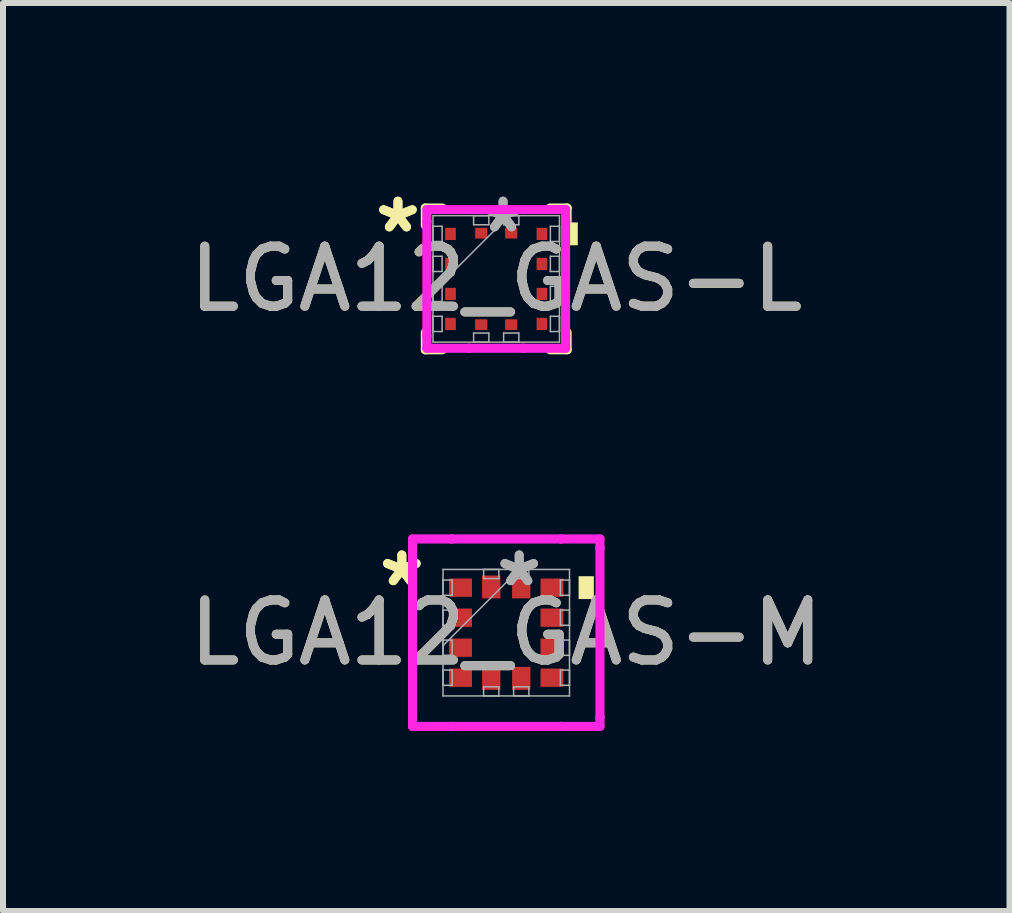
<source format=kicad_pcb>
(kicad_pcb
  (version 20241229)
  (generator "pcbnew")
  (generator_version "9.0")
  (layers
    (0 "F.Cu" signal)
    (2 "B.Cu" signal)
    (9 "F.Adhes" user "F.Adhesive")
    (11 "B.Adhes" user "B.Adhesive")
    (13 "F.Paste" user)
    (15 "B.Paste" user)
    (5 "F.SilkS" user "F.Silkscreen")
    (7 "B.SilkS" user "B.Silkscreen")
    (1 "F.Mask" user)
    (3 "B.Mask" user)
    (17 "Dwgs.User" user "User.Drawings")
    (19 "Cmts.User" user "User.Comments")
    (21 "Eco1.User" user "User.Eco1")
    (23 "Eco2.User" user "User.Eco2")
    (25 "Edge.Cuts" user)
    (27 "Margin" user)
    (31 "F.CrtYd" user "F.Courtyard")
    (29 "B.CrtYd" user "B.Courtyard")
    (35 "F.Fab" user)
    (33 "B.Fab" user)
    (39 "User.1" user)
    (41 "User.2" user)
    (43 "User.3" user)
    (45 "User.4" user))
  (footprint "LGA12_GAS-L"
    (layer "F.Cu")
    (at 5.22 1.598)
    (property "Reference" "LGA12_GAS-L" (at 0 0 0) (unlocked yes) (layer "F.SilkS") (effects (font (size 1 1) (thickness 0.15))))
    (attr smd)
    (fp_line (start -1.181 -1.181) (end -1.181 -0.893) (stroke (width 0.152) (type solid)) (layer "F.SilkS"))
    (fp_line (start -1.181 0.893) (end -1.181 1.181) (stroke (width 0.152) (type solid)) (layer "F.SilkS"))
    (fp_line (start -1.181 1.181) (end -0.897 1.181) (stroke (width 0.152) (type solid)) (layer "F.SilkS"))
    (fp_line (start -0.897 -1.181) (end -1.181 -1.181) (stroke (width 0.152) (type solid)) (layer "F.SilkS"))
    (fp_line (start 0.897 1.181) (end 1.181 1.181) (stroke (width 0.152) (type solid)) (layer "F.SilkS"))
    (fp_line (start 1.181 -1.181) (end 0.897 -1.181) (stroke (width 0.152) (type solid)) (layer "F.SilkS"))
    (fp_line (start 1.181 -0.893) (end 1.181 -1.181) (stroke (width 0.152) (type solid)) (layer "F.SilkS"))
    (fp_line (start 1.181 1.181) (end 1.181 0.893) (stroke (width 0.152) (type solid)) (layer "F.SilkS"))
    (fp_poly (pts (xy 1.359 -0.941) (xy 1.359 -0.56) (xy 1.105 -0.56) (xy 1.105 -0.941)) (stroke (width 0) (type solid)) (fill yes) (layer "F.SilkS"))
    (fp_line (start -1.156 -1.156) (end -0.453 -1.156) (stroke (width 0.152) (type solid)) (layer "F.CrtYd"))
    (fp_line (start -1.156 -0.953) (end -1.156 -1.156) (stroke (width 0.152) (type solid)) (layer "F.CrtYd"))
    (fp_line (start -1.156 -0.953) (end -1.156 -0.953) (stroke (width 0.152) (type solid)) (layer "F.CrtYd"))
    (fp_line (start -1.156 0.953) (end -1.156 -0.953) (stroke (width 0.152) (type solid)) (layer "F.CrtYd"))
    (fp_line (start -1.156 0.953) (end -1.156 0.953) (stroke (width 0.152) (type solid)) (layer "F.CrtYd"))
    (fp_line (start -1.156 1.156) (end -1.156 0.953) (stroke (width 0.152) (type solid)) (layer "F.CrtYd"))
    (fp_line (start -0.453 -1.156) (end -0.453 -1.156) (stroke (width 0.152) (type solid)) (layer "F.CrtYd"))
    (fp_line (start -0.453 -1.156) (end 0.453 -1.156) (stroke (width 0.152) (type solid)) (layer "F.CrtYd"))
    (fp_line (start -0.453 1.156) (end -1.156 1.156) (stroke (width 0.152) (type solid)) (layer "F.CrtYd"))
    (fp_line (start -0.453 1.156) (end -0.453 1.156) (stroke (width 0.152) (type solid)) (layer "F.CrtYd"))
    (fp_line (start 0.453 -1.156) (end 0.453 -1.156) (stroke (width 0.152) (type solid)) (layer "F.CrtYd"))
    (fp_line (start 0.453 -1.156) (end 1.156 -1.156) (stroke (width 0.152) (type solid)) (layer "F.CrtYd"))
    (fp_line (start 0.453 1.156) (end -0.453 1.156) (stroke (width 0.152) (type solid)) (layer "F.CrtYd"))
    (fp_line (start 0.453 1.156) (end 0.453 1.156) (stroke (width 0.152) (type solid)) (layer "F.CrtYd"))
    (fp_line (start 1.156 -1.156) (end 1.156 -0.953) (stroke (width 0.152) (type solid)) (layer "F.CrtYd"))
    (fp_line (start 1.156 -0.953) (end 1.156 -0.953) (stroke (width 0.152) (type solid)) (layer "F.CrtYd"))
    (fp_line (start 1.156 -0.953) (end 1.156 0.953) (stroke (width 0.152) (type solid)) (layer "F.CrtYd"))
    (fp_line (start 1.156 0.953) (end 1.156 0.953) (stroke (width 0.152) (type solid)) (layer "F.CrtYd"))
    (fp_line (start 1.156 0.953) (end 1.156 1.156) (stroke (width 0.152) (type solid)) (layer "F.CrtYd"))
    (fp_line (start 1.156 1.156) (end 0.453 1.156) (stroke (width 0.152) (type solid)) (layer "F.CrtYd"))
    (fp_line (start -1.054 -1.054) (end -1.054 1.054) (stroke (width 0.025) (type solid)) (layer "F.Fab"))
    (fp_line (start -1.054 -0.877) (end -0.902 -0.877) (stroke (width 0.025) (type solid)) (layer "F.Fab"))
    (fp_line (start -1.054 -0.623) (end -1.054 -0.877) (stroke (width 0.025) (type solid)) (layer "F.Fab"))
    (fp_line (start -1.054 -0.377) (end -0.902 -0.377) (stroke (width 0.025) (type solid)) (layer "F.Fab"))
    (fp_line (start -1.054 -0.123) (end -1.054 -0.377) (stroke (width 0.025) (type solid)) (layer "F.Fab"))
    (fp_line (start -1.054 0.123) (end -0.902 0.123) (stroke (width 0.025) (type solid)) (layer "F.Fab"))
    (fp_line (start -1.054 0.216) (end 0.216 -1.054) (stroke (width 0.025) (type solid)) (layer "F.Fab"))
    (fp_line (start -1.054 0.377) (end -1.054 0.123) (stroke (width 0.025) (type solid)) (layer "F.Fab"))
    (fp_line (start -1.054 0.623) (end -0.902 0.623) (stroke (width 0.025) (type solid)) (layer "F.Fab"))
    (fp_line (start -1.054 0.877) (end -1.054 0.623) (stroke (width 0.025) (type solid)) (layer "F.Fab"))
    (fp_line (start -1.054 1.054) (end 1.054 1.054) (stroke (width 0.025) (type solid)) (layer "F.Fab"))
    (fp_line (start -0.902 -0.877) (end -0.902 -0.623) (stroke (width 0.025) (type solid)) (layer "F.Fab"))
    (fp_line (start -0.902 -0.623) (end -1.054 -0.623) (stroke (width 0.025) (type solid)) (layer "F.Fab"))
    (fp_line (start -0.902 -0.377) (end -0.902 -0.123) (stroke (width 0.025) (type solid)) (layer "F.Fab"))
    (fp_line (start -0.902 -0.123) (end -1.054 -0.123) (stroke (width 0.025) (type solid)) (layer "F.Fab"))
    (fp_line (start -0.902 0.123) (end -0.902 0.377) (stroke (width 0.025) (type solid)) (layer "F.Fab"))
    (fp_line (start -0.902 0.377) (end -1.054 0.377) (stroke (width 0.025) (type solid)) (layer "F.Fab"))
    (fp_line (start -0.902 0.623) (end -0.902 0.877) (stroke (width 0.025) (type solid)) (layer "F.Fab"))
    (fp_line (start -0.902 0.877) (end -1.054 0.877) (stroke (width 0.025) (type solid)) (layer "F.Fab"))
    (fp_line (start -0.377 -1.054) (end -0.123 -1.054) (stroke (width 0.025) (type solid)) (layer "F.Fab"))
    (fp_line (start -0.377 -0.902) (end -0.377 -1.054) (stroke (width 0.025) (type solid)) (layer "F.Fab"))
    (fp_line (start -0.377 0.902) (end -0.123 0.902) (stroke (width 0.025) (type solid)) (layer "F.Fab"))
    (fp_line (start -0.377 1.054) (end -0.377 0.902) (stroke (width 0.025) (type solid)) (layer "F.Fab"))
    (fp_line (start -0.123 -1.054) (end -0.123 -0.902) (stroke (width 0.025) (type solid)) (layer "F.Fab"))
    (fp_line (start -0.123 -0.902) (end -0.377 -0.902) (stroke (width 0.025) (type solid)) (layer "F.Fab"))
    (fp_line (start -0.123 0.902) (end -0.123 1.054) (stroke (width 0.025) (type solid)) (layer "F.Fab"))
    (fp_line (start -0.123 1.054) (end -0.377 1.054) (stroke (width 0.025) (type solid)) (layer "F.Fab"))
    (fp_line (start 0.123 -1.054) (end 0.377 -1.054) (stroke (width 0.025) (type solid)) (layer "F.Fab"))
    (fp_line (start 0.123 -0.902) (end 0.123 -1.054) (stroke (width 0.025) (type solid)) (layer "F.Fab"))
    (fp_line (start 0.123 0.902) (end 0.377 0.902) (stroke (width 0.025) (type solid)) (layer "F.Fab"))
    (fp_line (start 0.123 1.054) (end 0.123 0.902) (stroke (width 0.025) (type solid)) (layer "F.Fab"))
    (fp_line (start 0.377 -1.054) (end 0.377 -0.902) (stroke (width 0.025) (type solid)) (layer "F.Fab"))
    (fp_line (start 0.377 -0.902) (end 0.123 -0.902) (stroke (width 0.025) (type solid)) (layer "F.Fab"))
    (fp_line (start 0.377 0.902) (end 0.377 1.054) (stroke (width 0.025) (type solid)) (layer "F.Fab"))
    (fp_line (start 0.377 1.054) (end 0.123 1.054) (stroke (width 0.025) (type solid)) (layer "F.Fab"))
    (fp_line (start 0.902 -0.877) (end 1.054 -0.877) (stroke (width 0.025) (type solid)) (layer "F.Fab"))
    (fp_line (start 0.902 -0.623) (end 0.902 -0.877) (stroke (width 0.025) (type solid)) (layer "F.Fab"))
    (fp_line (start 0.902 -0.377) (end 1.054 -0.377) (stroke (width 0.025) (type solid)) (layer "F.Fab"))
    (fp_line (start 0.902 -0.123) (end 0.902 -0.377) (stroke (width 0.025) (type solid)) (layer "F.Fab"))
    (fp_line (start 0.902 0.123) (end 1.054 0.123) (stroke (width 0.025) (type solid)) (layer "F.Fab"))
    (fp_line (start 0.902 0.377) (end 0.902 0.123) (stroke (width 0.025) (type solid)) (layer "F.Fab"))
    (fp_line (start 0.902 0.623) (end 1.054 0.623) (stroke (width 0.025) (type solid)) (layer "F.Fab"))
    (fp_line (start 0.902 0.877) (end 0.902 0.623) (stroke (width 0.025) (type solid)) (layer "F.Fab"))
    (fp_line (start 1.054 -1.054) (end -1.054 -1.054) (stroke (width 0.025) (type solid)) (layer "F.Fab"))
    (fp_line (start 1.054 -0.877) (end 1.054 -0.623) (stroke (width 0.025) (type solid)) (layer "F.Fab"))
    (fp_line (start 1.054 -0.623) (end 0.902 -0.623) (stroke (width 0.025) (type solid)) (layer "F.Fab"))
    (fp_line (start 1.054 -0.377) (end 1.054 -0.123) (stroke (width 0.025) (type solid)) (layer "F.Fab"))
    (fp_line (start 1.054 -0.123) (end 0.902 -0.123) (stroke (width 0.025) (type solid)) (layer "F.Fab"))
    (fp_line (start 1.054 0.123) (end 1.054 0.377) (stroke (width 0.025) (type solid)) (layer "F.Fab"))
    (fp_line (start 1.054 0.377) (end 0.902 0.377) (stroke (width 0.025) (type solid)) (layer "F.Fab"))
    (fp_line (start 1.054 0.623) (end 1.054 0.877) (stroke (width 0.025) (type solid)) (layer "F.Fab"))
    (fp_line (start 1.054 0.877) (end 0.902 0.877) (stroke (width 0.025) (type solid)) (layer "F.Fab"))
    (fp_line (start 1.054 1.054) (end 1.054 -1.054) (stroke (width 0.025) (type solid)) (layer "F.Fab"))
    (fp_text user "*" (at -1.638 -0.75 0) (unlocked yes) (layer "F.SilkS") (effects (font (size 1 1) (thickness 0.15))))
    (fp_text user "*" (at -1.638 -0.75 0) (layer "F.SilkS") (effects (font (size 1 1) (thickness 0.15))))
    (fp_text user "${REFERENCE}" (at 0 0 0) (unlocked yes) (layer "F.Fab") (effects (font (size 1 1) (thickness 0.15))))
    (fp_text user "*" (at 0.114 -0.75 0) (layer "F.Fab") (effects (font (size 1 1) (thickness 0.15))))
    (fp_text user "*" (at 0.114 -0.75 0) (unlocked yes) (layer "F.Fab") (effects (font (size 1 1) (thickness 0.15))))
    (pad "1" smd rect (at -0.762 -0.75 90) (size 0.203 0.178) (layers "F.Cu" "F.Mask" "F.Paste"))
    (pad "2" smd rect (at -0.762 -0.25 90) (size 0.203 0.178) (layers "F.Cu" "F.Mask" "F.Paste"))
    (pad "3" smd rect (at -0.762 0.25 90) (size 0.203 0.178) (layers "F.Cu" "F.Mask" "F.Paste"))
    (pad "4" smd rect (at -0.762 0.75 90) (size 0.203 0.178) (layers "F.Cu" "F.Mask" "F.Paste"))
    (pad "5" smd rect (at -0.25 0.762) (size 0.203 0.178) (layers "F.Cu" "F.Mask" "F.Paste"))
    (pad "6" smd rect (at 0.25 0.762) (size 0.203 0.178) (layers "F.Cu" "F.Mask" "F.Paste"))
    (pad "7" smd rect (at 0.762 0.75 90) (size 0.203 0.178) (layers "F.Cu" "F.Mask" "F.Paste"))
    (pad "8" smd rect (at 0.762 0.25 90) (size 0.203 0.178) (layers "F.Cu" "F.Mask" "F.Paste"))
    (pad "9" smd rect (at 0.762 -0.25 90) (size 0.203 0.178) (layers "F.Cu" "F.Mask" "F.Paste"))
    (pad "10" smd rect (at 0.762 -0.75 90) (size 0.203 0.178) (layers "F.Cu" "F.Mask" "F.Paste"))
    (pad "11" smd rect (at 0.25 -0.762) (size 0.203 0.178) (layers "F.Cu" "F.Mask" "F.Paste"))
    (pad "12" smd rect (at -0.25 -0.762) (size 0.203 0.178) (layers "F.Cu" "F.Mask" "F.Paste")))
  (footprint "LGA12_GAS-M"
    (layer "F.Cu")
    (at 5.387 7.494)
    (property "Reference" "LGA12_GAS-M" (at 0 0 0) (unlocked yes) (layer "F.SilkS") (effects (font (size 1 1) (thickness 0.15))))
    (attr smd)
    (fp_poly (pts (xy 1.46 -0.941) (xy 1.46 -0.56) (xy 1.206 -0.56) (xy 1.206 -0.941)) (stroke (width 0) (type solid)) (fill yes) (layer "F.SilkS"))
    (fp_line (start -1.562 -1.562) (end -0.91 -1.562) (stroke (width 0.152) (type solid)) (layer "F.CrtYd"))
    (fp_line (start -1.562 -1.41) (end -1.562 -1.562) (stroke (width 0.152) (type solid)) (layer "F.CrtYd"))
    (fp_line (start -1.562 -1.41) (end -1.562 -1.41) (stroke (width 0.152) (type solid)) (layer "F.CrtYd"))
    (fp_line (start -1.562 1.41) (end -1.562 -1.41) (stroke (width 0.152) (type solid)) (layer "F.CrtYd"))
    (fp_line (start -1.562 1.41) (end -1.562 1.41) (stroke (width 0.152) (type solid)) (layer "F.CrtYd"))
    (fp_line (start -1.562 1.562) (end -1.562 1.41) (stroke (width 0.152) (type solid)) (layer "F.CrtYd"))
    (fp_line (start -0.91 -1.562) (end -0.91 -1.562) (stroke (width 0.152) (type solid)) (layer "F.CrtYd"))
    (fp_line (start -0.91 -1.562) (end 0.91 -1.562) (stroke (width 0.152) (type solid)) (layer "F.CrtYd"))
    (fp_line (start -0.91 1.562) (end -1.562 1.562) (stroke (width 0.152) (type solid)) (layer "F.CrtYd"))
    (fp_line (start -0.91 1.562) (end -0.91 1.562) (stroke (width 0.152) (type solid)) (layer "F.CrtYd"))
    (fp_line (start 0.91 -1.562) (end 0.91 -1.562) (stroke (width 0.152) (type solid)) (layer "F.CrtYd"))
    (fp_line (start 0.91 -1.562) (end 1.562 -1.562) (stroke (width 0.152) (type solid)) (layer "F.CrtYd"))
    (fp_line (start 0.91 1.562) (end -0.91 1.562) (stroke (width 0.152) (type solid)) (layer "F.CrtYd"))
    (fp_line (start 0.91 1.562) (end 0.91 1.562) (stroke (width 0.152) (type solid)) (layer "F.CrtYd"))
    (fp_line (start 1.562 -1.562) (end 1.562 -1.41) (stroke (width 0.152) (type solid)) (layer "F.CrtYd"))
    (fp_line (start 1.562 -1.41) (end 1.562 -1.41) (stroke (width 0.152) (type solid)) (layer "F.CrtYd"))
    (fp_line (start 1.562 -1.41) (end 1.562 1.41) (stroke (width 0.152) (type solid)) (layer "F.CrtYd"))
    (fp_line (start 1.562 1.41) (end 1.562 1.41) (stroke (width 0.152) (type solid)) (layer "F.CrtYd"))
    (fp_line (start 1.562 1.41) (end 1.562 1.562) (stroke (width 0.152) (type solid)) (layer "F.CrtYd"))
    (fp_line (start 1.562 1.562) (end 0.91 1.562) (stroke (width 0.152) (type solid)) (layer "F.CrtYd"))
    (fp_line (start -1.054 -1.054) (end -1.054 1.054) (stroke (width 0.025) (type solid)) (layer "F.Fab"))
    (fp_line (start -1.054 -0.877) (end -0.902 -0.877) (stroke (width 0.025) (type solid)) (layer "F.Fab"))
    (fp_line (start -1.054 -0.623) (end -1.054 -0.877) (stroke (width 0.025) (type solid)) (layer "F.Fab"))
    (fp_line (start -1.054 -0.377) (end -0.902 -0.377) (stroke (width 0.025) (type solid)) (layer "F.Fab"))
    (fp_line (start -1.054 -0.123) (end -1.054 -0.377) (stroke (width 0.025) (type solid)) (layer "F.Fab"))
    (fp_line (start -1.054 0.123) (end -0.902 0.123) (stroke (width 0.025) (type solid)) (layer "F.Fab"))
    (fp_line (start -1.054 0.216) (end 0.216 -1.054) (stroke (width 0.025) (type solid)) (layer "F.Fab"))
    (fp_line (start -1.054 0.377) (end -1.054 0.123) (stroke (width 0.025) (type solid)) (layer "F.Fab"))
    (fp_line (start -1.054 0.623) (end -0.902 0.623) (stroke (width 0.025) (type solid)) (layer "F.Fab"))
    (fp_line (start -1.054 0.877) (end -1.054 0.623) (stroke (width 0.025) (type solid)) (layer "F.Fab"))
    (fp_line (start -1.054 1.054) (end 1.054 1.054) (stroke (width 0.025) (type solid)) (layer "F.Fab"))
    (fp_line (start -0.902 -0.877) (end -0.902 -0.623) (stroke (width 0.025) (type solid)) (layer "F.Fab"))
    (fp_line (start -0.902 -0.623) (end -1.054 -0.623) (stroke (width 0.025) (type solid)) (layer "F.Fab"))
    (fp_line (start -0.902 -0.377) (end -0.902 -0.123) (stroke (width 0.025) (type solid)) (layer "F.Fab"))
    (fp_line (start -0.902 -0.123) (end -1.054 -0.123) (stroke (width 0.025) (type solid)) (layer "F.Fab"))
    (fp_line (start -0.902 0.123) (end -0.902 0.377) (stroke (width 0.025) (type solid)) (layer "F.Fab"))
    (fp_line (start -0.902 0.377) (end -1.054 0.377) (stroke (width 0.025) (type solid)) (layer "F.Fab"))
    (fp_line (start -0.902 0.623) (end -0.902 0.877) (stroke (width 0.025) (type solid)) (layer "F.Fab"))
    (fp_line (start -0.902 0.877) (end -1.054 0.877) (stroke (width 0.025) (type solid)) (layer "F.Fab"))
    (fp_line (start -0.377 -1.054) (end -0.123 -1.054) (stroke (width 0.025) (type solid)) (layer "F.Fab"))
    (fp_line (start -0.377 -0.902) (end -0.377 -1.054) (stroke (width 0.025) (type solid)) (layer "F.Fab"))
    (fp_line (start -0.377 0.902) (end -0.123 0.902) (stroke (width 0.025) (type solid)) (layer "F.Fab"))
    (fp_line (start -0.377 1.054) (end -0.377 0.902) (stroke (width 0.025) (type solid)) (layer "F.Fab"))
    (fp_line (start -0.123 -1.054) (end -0.123 -0.902) (stroke (width 0.025) (type solid)) (layer "F.Fab"))
    (fp_line (start -0.123 -0.902) (end -0.377 -0.902) (stroke (width 0.025) (type solid)) (layer "F.Fab"))
    (fp_line (start -0.123 0.902) (end -0.123 1.054) (stroke (width 0.025) (type solid)) (layer "F.Fab"))
    (fp_line (start -0.123 1.054) (end -0.377 1.054) (stroke (width 0.025) (type solid)) (layer "F.Fab"))
    (fp_line (start 0.123 -1.054) (end 0.377 -1.054) (stroke (width 0.025) (type solid)) (layer "F.Fab"))
    (fp_line (start 0.123 -0.902) (end 0.123 -1.054) (stroke (width 0.025) (type solid)) (layer "F.Fab"))
    (fp_line (start 0.123 0.902) (end 0.377 0.902) (stroke (width 0.025) (type solid)) (layer "F.Fab"))
    (fp_line (start 0.123 1.054) (end 0.123 0.902) (stroke (width 0.025) (type solid)) (layer "F.Fab"))
    (fp_line (start 0.377 -1.054) (end 0.377 -0.902) (stroke (width 0.025) (type solid)) (layer "F.Fab"))
    (fp_line (start 0.377 -0.902) (end 0.123 -0.902) (stroke (width 0.025) (type solid)) (layer "F.Fab"))
    (fp_line (start 0.377 0.902) (end 0.377 1.054) (stroke (width 0.025) (type solid)) (layer "F.Fab"))
    (fp_line (start 0.377 1.054) (end 0.123 1.054) (stroke (width 0.025) (type solid)) (layer "F.Fab"))
    (fp_line (start 0.902 -0.877) (end 1.054 -0.877) (stroke (width 0.025) (type solid)) (layer "F.Fab"))
    (fp_line (start 0.902 -0.623) (end 0.902 -0.877) (stroke (width 0.025) (type solid)) (layer "F.Fab"))
    (fp_line (start 0.902 -0.377) (end 1.054 -0.377) (stroke (width 0.025) (type solid)) (layer "F.Fab"))
    (fp_line (start 0.902 -0.123) (end 0.902 -0.377) (stroke (width 0.025) (type solid)) (layer "F.Fab"))
    (fp_line (start 0.902 0.123) (end 1.054 0.123) (stroke (width 0.025) (type solid)) (layer "F.Fab"))
    (fp_line (start 0.902 0.377) (end 0.902 0.123) (stroke (width 0.025) (type solid)) (layer "F.Fab"))
    (fp_line (start 0.902 0.623) (end 1.054 0.623) (stroke (width 0.025) (type solid)) (layer "F.Fab"))
    (fp_line (start 0.902 0.877) (end 0.902 0.623) (stroke (width 0.025) (type solid)) (layer "F.Fab"))
    (fp_line (start 1.054 -1.054) (end -1.054 -1.054) (stroke (width 0.025) (type solid)) (layer "F.Fab"))
    (fp_line (start 1.054 -0.877) (end 1.054 -0.623) (stroke (width 0.025) (type solid)) (layer "F.Fab"))
    (fp_line (start 1.054 -0.623) (end 0.902 -0.623) (stroke (width 0.025) (type solid)) (layer "F.Fab"))
    (fp_line (start 1.054 -0.377) (end 1.054 -0.123) (stroke (width 0.025) (type solid)) (layer "F.Fab"))
    (fp_line (start 1.054 -0.123) (end 0.902 -0.123) (stroke (width 0.025) (type solid)) (layer "F.Fab"))
    (fp_line (start 1.054 0.123) (end 1.054 0.377) (stroke (width 0.025) (type solid)) (layer "F.Fab"))
    (fp_line (start 1.054 0.377) (end 0.902 0.377) (stroke (width 0.025) (type solid)) (layer "F.Fab"))
    (fp_line (start 1.054 0.623) (end 1.054 0.877) (stroke (width 0.025) (type solid)) (layer "F.Fab"))
    (fp_line (start 1.054 0.877) (end 0.902 0.877) (stroke (width 0.025) (type solid)) (layer "F.Fab"))
    (fp_line (start 1.054 1.054) (end 1.054 -1.054) (stroke (width 0.025) (type solid)) (layer "F.Fab"))
    (fp_text user "*" (at -1.74 -0.75 0) (unlocked yes) (layer "F.SilkS") (effects (font (size 1 1) (thickness 0.15))))
    (fp_text user "*" (at -1.74 -0.75 0) (layer "F.SilkS") (effects (font (size 1 1) (thickness 0.15))))
    (fp_text user "${REFERENCE}" (at 0 0 0) (unlocked yes) (layer "F.Fab") (effects (font (size 1 1) (thickness 0.15))))
    (fp_text user "*" (at 0.216 -0.75 0) (unlocked yes) (layer "F.Fab") (effects (font (size 1 1) (thickness 0.15))))
    (fp_text user "*" (at 0.216 -0.75 0) (layer "F.Fab") (effects (font (size 1 1) (thickness 0.15))))
    (pad "1" smd rect (at -0.762 -0.75 90) (size 0.305 0.381) (layers "F.Cu" "F.Mask" "F.Paste"))
    (pad "2" smd rect (at -0.762 -0.25 90) (size 0.305 0.381) (layers "F.Cu" "F.Mask" "F.Paste"))
    (pad "3" smd rect (at -0.762 0.25 90) (size 0.305 0.381) (layers "F.Cu" "F.Mask" "F.Paste"))
    (pad "4" smd rect (at -0.762 0.75 90) (size 0.305 0.381) (layers "F.Cu" "F.Mask" "F.Paste"))
    (pad "5" smd rect (at -0.25 0.762) (size 0.305 0.381) (layers "F.Cu" "F.Mask" "F.Paste"))
    (pad "6" smd rect (at 0.25 0.762) (size 0.305 0.381) (layers "F.Cu" "F.Mask" "F.Paste"))
    (pad "7" smd rect (at 0.762 0.75 90) (size 0.305 0.381) (layers "F.Cu" "F.Mask" "F.Paste"))
    (pad "8" smd rect (at 0.762 0.25 90) (size 0.305 0.381) (layers "F.Cu" "F.Mask" "F.Paste"))
    (pad "9" smd rect (at 0.762 -0.25 90) (size 0.305 0.381) (layers "F.Cu" "F.Mask" "F.Paste"))
    (pad "10" smd rect (at 0.762 -0.75 90) (size 0.305 0.381) (layers "F.Cu" "F.Mask" "F.Paste"))
    (pad "11" smd rect (at 0.25 -0.762) (size 0.305 0.381) (layers "F.Cu" "F.Mask" "F.Paste"))
    (pad "12" smd rect (at -0.25 -0.762) (size 0.305 0.381) (layers "F.Cu" "F.Mask" "F.Paste")))
  (gr_rect
    (start -3 -3)
    (end 13.774 12.132)
    (stroke (width 0.1) (type default))
    (fill no)
    (layer "Edge.Cuts")))
</source>
